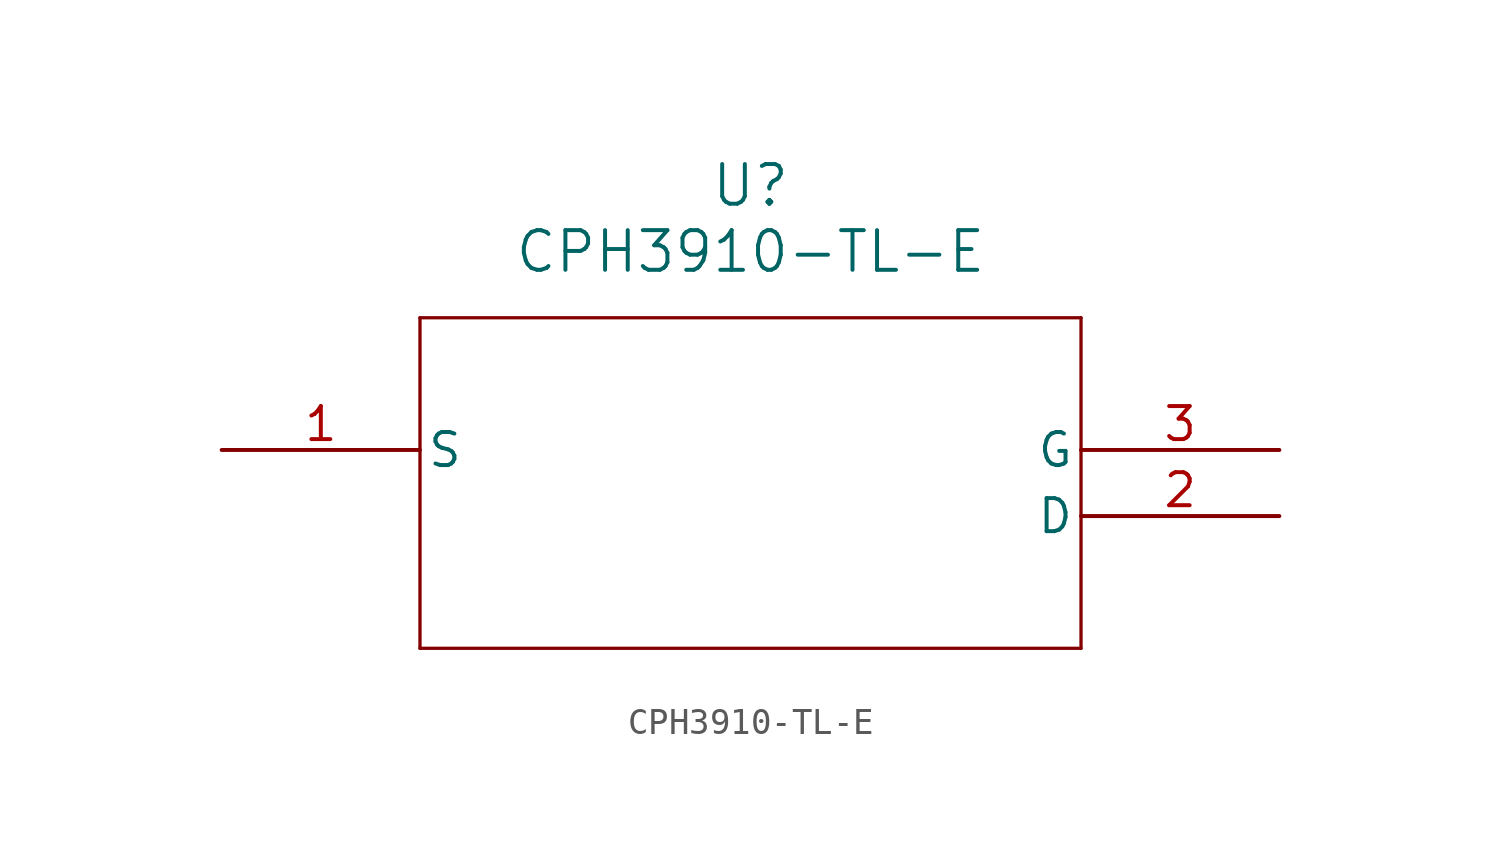
<source format=kicad_sym>
(kicad_symbol_lib
  (version 20220914)
  (generator kicad_symbol_editor)
  (symbol "CPH3910-TL-E"
    (pin_names
      (offset 0.254))
    (property "Reference" "U"
      (at 20.32 10.16 0)
      (effects (font (size 1.524 1.524))))
    (property "Value" "CPH3910-TL-E"
      (at 20.32 7.62 0)
      (effects (font (size 1.524 1.524))))
    (symbol "CPH3910-TL-E_0_1"
      (polyline (pts (xy 7.62 -7.62) (xy 33.02 -7.62)) (stroke (width 0.127) (type default)) (fill (type none)))
      (polyline (pts (xy 7.62 5.08) (xy 7.62 -7.62)) (stroke (width 0.127) (type default)) (fill (type none)))
      (polyline (pts (xy 33.02 -7.62) (xy 33.02 5.08)) (stroke (width 0.127) (type default)) (fill (type none)))
      (polyline (pts (xy 33.02 5.08) (xy 7.62 5.08)) (stroke (width 0.127) (type default)) (fill (type none)))
      (pin unspecified line (at 0 0 0) (length 7.62) (name "S" (effects (font (size 1.27 1.27)))) (number "1" (effects (font (size 1.27 1.27)))))
      (pin unspecified line (at 40.64 -2.54 180) (length 7.62) (name "D" (effects (font (size 1.27 1.27)))) (number "2" (effects (font (size 1.27 1.27)))))
      (pin unspecified line (at 40.64 0 180) (length 7.62) (name "G" (effects (font (size 1.27 1.27)))) (number "3" (effects (font (size 1.27 1.27))))))))
</source>
